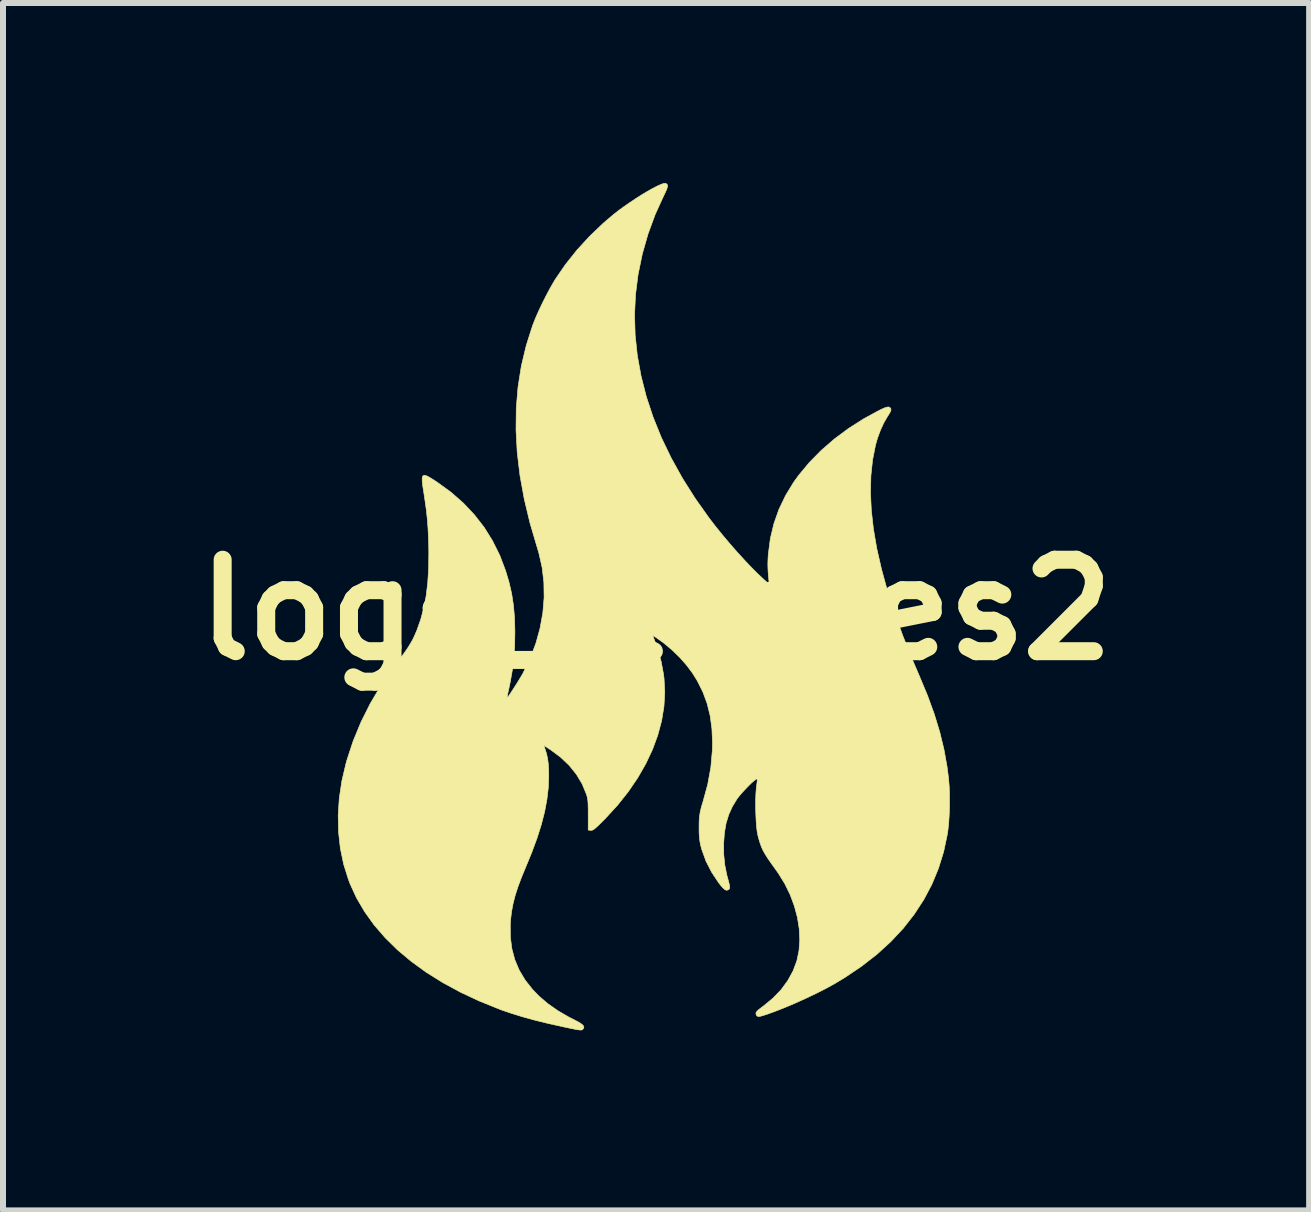
<source format=kicad_pcb>
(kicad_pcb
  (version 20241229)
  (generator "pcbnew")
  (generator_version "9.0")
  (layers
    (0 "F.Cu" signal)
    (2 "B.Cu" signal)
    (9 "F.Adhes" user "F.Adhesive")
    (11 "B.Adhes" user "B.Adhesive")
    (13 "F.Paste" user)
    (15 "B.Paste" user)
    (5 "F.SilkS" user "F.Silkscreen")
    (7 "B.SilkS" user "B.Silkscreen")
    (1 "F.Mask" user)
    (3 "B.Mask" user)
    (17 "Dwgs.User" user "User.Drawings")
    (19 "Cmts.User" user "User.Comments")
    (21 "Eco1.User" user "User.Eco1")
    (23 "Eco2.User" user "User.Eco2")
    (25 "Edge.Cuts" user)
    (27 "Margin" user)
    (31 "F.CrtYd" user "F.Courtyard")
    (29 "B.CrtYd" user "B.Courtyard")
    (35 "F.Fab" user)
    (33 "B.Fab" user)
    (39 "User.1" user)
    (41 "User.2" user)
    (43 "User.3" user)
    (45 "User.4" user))
  (footprint "logo_flames2"
    (layer "F.Cu")
    (at 7.881 7.111)
    (property "Reference" "logo_flames2" (at 0 0 0) (layer "F.SilkS") (effects (font (size 1.524 1.524) (thickness 0.3))))
    (attr through_hole)
    (fp_poly (pts (xy 0.18 -7.095) (xy 0.191 -7.076) (xy 0.19 -7.047) (xy 0.176 -7.003) (xy 0.149 -6.943) (xy 0.127 -6.898) (xy -0.015 -6.586) (xy -0.134 -6.262) (xy -0.229 -5.929) (xy -0.299 -5.589) (xy -0.3 -5.584) (xy -0.342 -5.252) (xy -0.358 -4.916) (xy -0.348 -4.578) (xy -0.312 -4.238) (xy -0.25 -3.897) (xy -0.163 -3.555) (xy -0.05 -3.213) (xy 0.088 -2.871) (xy 0.252 -2.531) (xy 0.44 -2.192) (xy 0.653 -1.855) (xy 0.883 -1.531) (xy 0.988 -1.394) (xy 1.103 -1.252) (xy 1.224 -1.108) (xy 1.347 -0.967) (xy 1.469 -0.833) (xy 1.586 -0.709) (xy 1.694 -0.601) (xy 1.764 -0.535) (xy 1.888 -0.423) (xy 1.88 -0.495) (xy 1.87 -0.598) (xy 1.865 -0.682) (xy 1.863 -0.758) (xy 1.865 -0.834) (xy 1.87 -0.919) (xy 1.872 -0.936) (xy 1.905 -1.19) (xy 1.964 -1.436) (xy 2.048 -1.674) (xy 2.158 -1.904) (xy 2.293 -2.126) (xy 2.38 -2.246) (xy 2.555 -2.456) (xy 2.753 -2.657) (xy 2.972 -2.847) (xy 3.209 -3.023) (xy 3.46 -3.183) (xy 3.693 -3.31) (xy 3.763 -3.345) (xy 3.814 -3.367) (xy 3.851 -3.378) (xy 3.876 -3.38) (xy 3.894 -3.372) (xy 3.901 -3.366) (xy 3.913 -3.349) (xy 3.914 -3.328) (xy 3.903 -3.298) (xy 3.878 -3.255) (xy 3.854 -3.218) (xy 3.794 -3.114) (xy 3.738 -2.991) (xy 3.689 -2.858) (xy 3.657 -2.746) (xy 3.608 -2.498) (xy 3.58 -2.234) (xy 3.573 -1.954) (xy 3.587 -1.659) (xy 3.622 -1.348) (xy 3.678 -1.021) (xy 3.756 -0.679) (xy 3.854 -0.322) (xy 3.973 0.049) (xy 4.113 0.436) (xy 4.274 0.837) (xy 4.39 1.108) (xy 4.523 1.427) (xy 4.635 1.734) (xy 4.726 2.032) (xy 4.797 2.324) (xy 4.849 2.613) (xy 4.874 2.807) (xy 4.885 2.945) (xy 4.89 3.096) (xy 4.89 3.254) (xy 4.885 3.411) (xy 4.876 3.559) (xy 4.861 3.692) (xy 4.853 3.743) (xy 4.792 4.031) (xy 4.706 4.308) (xy 4.596 4.574) (xy 4.461 4.829) (xy 4.302 5.073) (xy 4.119 5.307) (xy 3.911 5.529) (xy 3.68 5.74) (xy 3.424 5.939) (xy 3.145 6.127) (xy 2.974 6.23) (xy 2.83 6.309) (xy 2.667 6.392) (xy 2.492 6.475) (xy 2.313 6.556) (xy 2.135 6.631) (xy 1.966 6.697) (xy 1.846 6.74) (xy 1.78 6.761) (xy 1.735 6.773) (xy 1.705 6.776) (xy 1.686 6.77) (xy 1.673 6.755) (xy 1.672 6.752) (xy 1.664 6.731) (xy 1.667 6.71) (xy 1.683 6.687) (xy 1.715 6.658) (xy 1.766 6.619) (xy 1.789 6.602) (xy 1.947 6.472) (xy 2.083 6.331) (xy 2.195 6.178) (xy 2.284 6.016) (xy 2.347 5.846) (xy 2.382 5.678) (xy 2.395 5.501) (xy 2.386 5.316) (xy 2.356 5.127) (xy 2.305 4.936) (xy 2.235 4.747) (xy 2.145 4.563) (xy 2.036 4.387) (xy 1.992 4.325) (xy 1.921 4.226) (xy 1.864 4.144) (xy 1.819 4.073) (xy 1.783 4.009) (xy 1.755 3.947) (xy 1.732 3.882) (xy 1.71 3.809) (xy 1.697 3.757) (xy 1.684 3.69) (xy 1.674 3.603) (xy 1.667 3.501) (xy 1.662 3.389) (xy 1.659 3.275) (xy 1.66 3.162) (xy 1.664 3.058) (xy 1.671 2.969) (xy 1.674 2.945) (xy 1.682 2.885) (xy 1.686 2.846) (xy 1.686 2.825) (xy 1.681 2.818) (xy 1.672 2.82) (xy 1.666 2.823) (xy 1.636 2.845) (xy 1.592 2.883) (xy 1.542 2.932) (xy 1.488 2.988) (xy 1.435 3.045) (xy 1.389 3.099) (xy 1.353 3.145) (xy 1.351 3.148) (xy 1.271 3.279) (xy 1.21 3.415) (xy 1.166 3.56) (xy 1.139 3.718) (xy 1.127 3.884) (xy 1.128 4.075) (xy 1.146 4.255) (xy 1.182 4.43) (xy 1.198 4.488) (xy 1.216 4.555) (xy 1.226 4.602) (xy 1.228 4.632) (xy 1.221 4.651) (xy 1.205 4.664) (xy 1.202 4.666) (xy 1.178 4.673) (xy 1.152 4.665) (xy 1.122 4.641) (xy 1.083 4.598) (xy 1.04 4.543) (xy 0.925 4.369) (xy 0.832 4.187) (xy 0.764 3.999) (xy 0.746 3.934) (xy 0.732 3.867) (xy 0.723 3.798) (xy 0.718 3.719) (xy 0.717 3.636) (xy 0.718 3.531) (xy 0.724 3.443) (xy 0.737 3.362) (xy 0.758 3.277) (xy 0.783 3.195) (xy 0.861 2.91) (xy 0.913 2.626) (xy 0.938 2.343) (xy 0.941 2.212) (xy 0.931 1.981) (xy 0.902 1.766) (xy 0.852 1.563) (xy 0.781 1.37) (xy 0.688 1.184) (xy 0.606 1.052) (xy 0.511 0.925) (xy 0.397 0.795) (xy 0.269 0.671) (xy 0.134 0.557) (xy -0.001 0.46) (xy -0.019 0.449) (xy -0.044 0.433) (xy -0.053 0.433) (xy -0.048 0.446) (xy -0.047 0.45) (xy 0.027 0.651) (xy 0.085 0.861) (xy 0.124 1.071) (xy 0.133 1.139) (xy 0.145 1.373) (xy 0.132 1.609) (xy 0.093 1.848) (xy 0.029 2.088) (xy -0.059 2.327) (xy -0.171 2.565) (xy -0.306 2.8) (xy -0.463 3.031) (xy -0.643 3.257) (xy -0.845 3.477) (xy -0.872 3.504) (xy -0.934 3.566) (xy -0.981 3.611) (xy -1.016 3.642) (xy -1.041 3.661) (xy -1.061 3.671) (xy -1.077 3.674) (xy -1.088 3.674) (xy -1.13 3.67) (xy -1.13 3.416) (xy -1.13 3.324) (xy -1.132 3.255) (xy -1.134 3.202) (xy -1.139 3.16) (xy -1.145 3.125) (xy -1.154 3.091) (xy -1.162 3.068) (xy -1.232 2.899) (xy -1.327 2.741) (xy -1.446 2.593) (xy -1.589 2.457) (xy -1.755 2.333) (xy -1.794 2.308) (xy -1.87 2.259) (xy -1.85 2.316) (xy -1.825 2.397) (xy -1.807 2.479) (xy -1.795 2.569) (xy -1.789 2.673) (xy -1.788 2.774) (xy -1.795 2.963) (xy -1.818 3.158) (xy -1.856 3.362) (xy -1.911 3.577) (xy -1.983 3.805) (xy -2.073 4.048) (xy -2.166 4.274) (xy -2.239 4.451) (xy -2.299 4.609) (xy -2.346 4.755) (xy -2.381 4.89) (xy -2.406 5.021) (xy -2.422 5.15) (xy -2.429 5.247) (xy -2.427 5.454) (xy -2.402 5.648) (xy -2.353 5.831) (xy -2.28 6.004) (xy -2.182 6.168) (xy -2.059 6.324) (xy -1.952 6.435) (xy -1.804 6.562) (xy -1.637 6.679) (xy -1.448 6.789) (xy -1.386 6.82) (xy -1.308 6.86) (xy -1.253 6.893) (xy -1.219 6.92) (xy -1.204 6.943) (xy -1.204 6.965) (xy -1.217 6.985) (xy -1.225 6.994) (xy -1.236 7) (xy -1.253 7.002) (xy -1.279 7) (xy -1.318 6.995) (xy -1.372 6.984) (xy -1.446 6.969) (xy -1.541 6.949) (xy -1.557 6.945) (xy -1.801 6.891) (xy -2.021 6.837) (xy -2.22 6.782) (xy -2.402 6.726) (xy -2.57 6.669) (xy -2.606 6.655) (xy -2.943 6.519) (xy -3.259 6.371) (xy -3.554 6.211) (xy -3.828 6.04) (xy -4.08 5.857) (xy -4.309 5.665) (xy -4.515 5.462) (xy -4.698 5.25) (xy -4.856 5.029) (xy -4.991 4.799) (xy -5.1 4.561) (xy -5.125 4.494) (xy -5.205 4.239) (xy -5.26 3.975) (xy -5.29 3.703) (xy -5.296 3.424) (xy -5.278 3.14) (xy -5.235 2.852) (xy -5.167 2.563) (xy -5.155 2.517) (xy -5.047 2.188) (xy -4.915 1.868) (xy -4.759 1.557) (xy -4.578 1.251) (xy -4.372 0.952) (xy -4.289 0.842) (xy -4.21 0.739) (xy -4.147 0.65) (xy -4.096 0.569) (xy -4.052 0.491) (xy -4.014 0.409) (xy -3.985 0.341) (xy -3.921 0.16) (xy -3.869 -0.031) (xy -3.83 -0.234) (xy -3.804 -0.453) (xy -3.789 -0.689) (xy -3.786 -0.945) (xy -3.787 -1.049) (xy -3.792 -1.217) (xy -3.8 -1.367) (xy -3.811 -1.509) (xy -3.826 -1.652) (xy -3.847 -1.803) (xy -3.872 -1.97) (xy -3.888 -2.071) (xy -3.896 -2.148) (xy -3.896 -2.201) (xy -3.884 -2.232) (xy -3.86 -2.242) (xy -3.822 -2.232) (xy -3.768 -2.204) (xy -3.695 -2.158) (xy -3.649 -2.128) (xy -3.419 -1.961) (xy -3.212 -1.78) (xy -3.028 -1.585) (xy -2.865 -1.376) (xy -2.725 -1.151) (xy -2.605 -0.91) (xy -2.508 -0.655) (xy -2.45 -0.462) (xy -2.406 -0.271) (xy -2.376 -0.076) (xy -2.358 0.13) (xy -2.352 0.353) (xy -2.352 0.381) (xy -2.356 0.599) (xy -2.37 0.801) (xy -2.393 0.996) (xy -2.428 1.195) (xy -2.453 1.316) (xy -2.466 1.375) (xy -2.476 1.423) (xy -2.481 1.455) (xy -2.481 1.467) (xy -2.473 1.458) (xy -2.453 1.431) (xy -2.424 1.389) (xy -2.39 1.337) (xy -2.352 1.278) (xy -2.313 1.217) (xy -2.277 1.158) (xy -2.245 1.105) (xy -2.22 1.062) (xy -2.217 1.056) (xy -2.097 0.809) (xy -2.002 0.558) (xy -1.932 0.304) (xy -1.886 0.049) (xy -1.865 -0.205) (xy -1.869 -0.457) (xy -1.898 -0.706) (xy -1.953 -0.949) (xy -1.979 -1.036) (xy -2.1 -1.446) (xy -2.196 -1.847) (xy -2.267 -2.238) (xy -2.313 -2.622) (xy -2.333 -2.996) (xy -2.329 -3.361) (xy -2.299 -3.717) (xy -2.244 -4.065) (xy -2.163 -4.403) (xy -2.058 -4.733) (xy -2.051 -4.752) (xy -2.008 -4.861) (xy -1.953 -4.985) (xy -1.891 -5.116) (xy -1.824 -5.248) (xy -1.758 -5.371) (xy -1.695 -5.48) (xy -1.678 -5.508) (xy -1.509 -5.754) (xy -1.317 -5.995) (xy -1.106 -6.225) (xy -0.88 -6.441) (xy -0.71 -6.586) (xy -0.623 -6.654) (xy -0.529 -6.722) (xy -0.431 -6.79) (xy -0.332 -6.856) (xy -0.234 -6.918) (xy -0.141 -6.974) (xy -0.055 -7.022) (xy 0.021 -7.061) (xy 0.083 -7.089) (xy 0.13 -7.105) (xy 0.157 -7.106) (xy 0.18 -7.095)) (stroke (width 0.01) (type solid)) (fill yes) (layer "F.SilkS")))
  (gr_rect
    (start -3 -3)
    (end 18.763 17.118)
    (stroke (width 0.1) (type default))
    (fill no)
    (layer "Edge.Cuts")))
</source>
